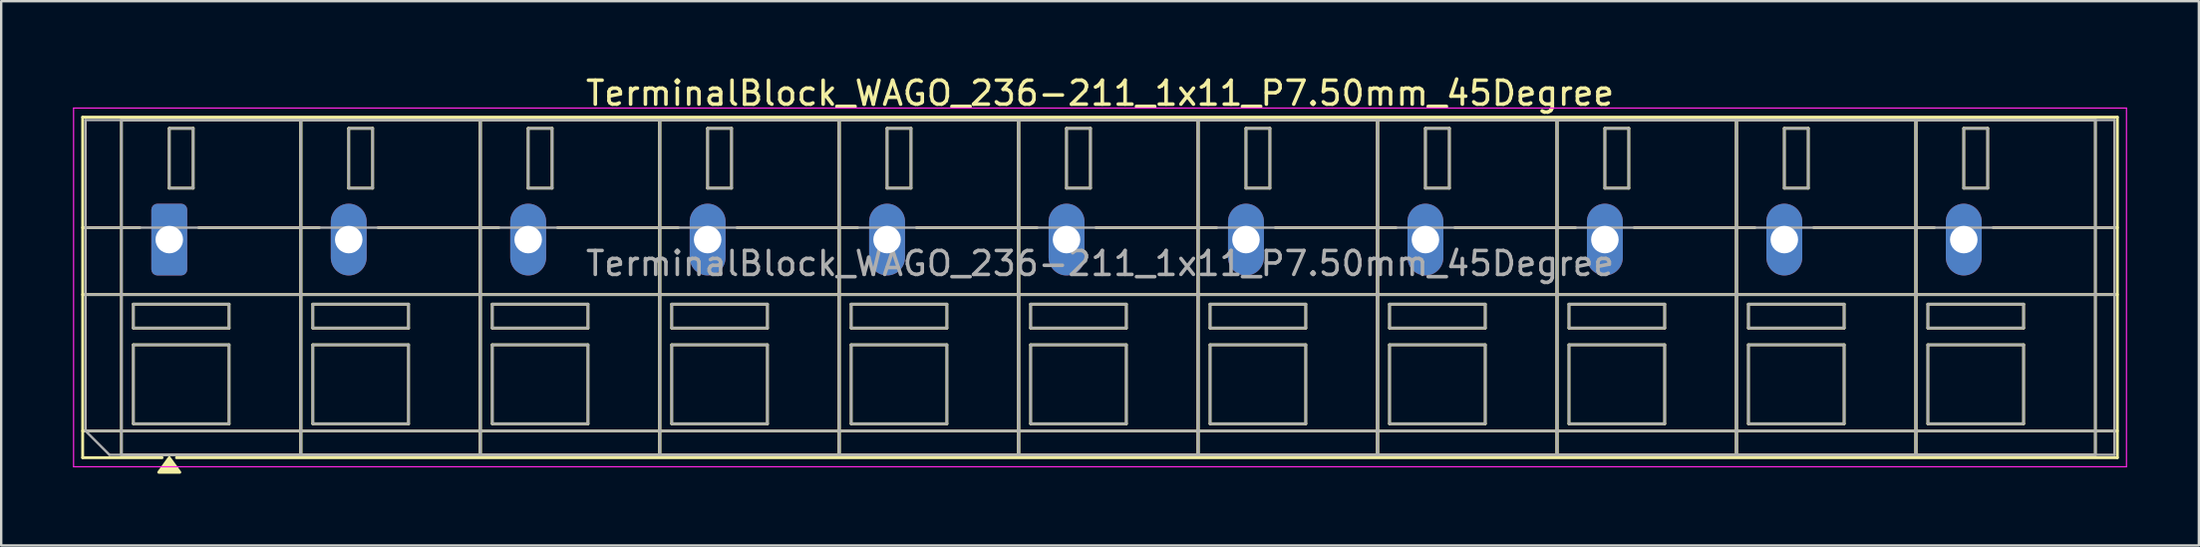
<source format=kicad_pcb>
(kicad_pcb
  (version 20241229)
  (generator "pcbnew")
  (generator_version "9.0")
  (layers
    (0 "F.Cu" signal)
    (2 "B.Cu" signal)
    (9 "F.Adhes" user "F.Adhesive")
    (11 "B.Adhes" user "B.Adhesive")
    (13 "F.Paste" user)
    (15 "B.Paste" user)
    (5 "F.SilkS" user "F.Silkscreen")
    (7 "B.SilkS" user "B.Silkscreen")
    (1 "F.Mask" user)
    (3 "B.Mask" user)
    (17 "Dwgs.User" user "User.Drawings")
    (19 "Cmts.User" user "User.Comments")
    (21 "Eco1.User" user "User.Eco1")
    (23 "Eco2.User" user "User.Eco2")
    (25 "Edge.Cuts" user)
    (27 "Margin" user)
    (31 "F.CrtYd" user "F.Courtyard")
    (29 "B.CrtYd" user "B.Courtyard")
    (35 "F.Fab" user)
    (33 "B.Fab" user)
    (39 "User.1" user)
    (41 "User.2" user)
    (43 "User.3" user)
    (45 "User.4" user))
  (footprint "TerminalBlock_WAGO_236-211_1x11_P7.50mm_45Degree"
    (layer "F.Cu")
    (at 4.025 6.968)
    (property "Reference" "TerminalBlock_WAGO_236-211_1x11_P7.50mm_45Degree" (at 38.9 -6.12 0) (layer "F.SilkS") (effects (font (size 1 1) (thickness 0.15))))
    (attr through_hole)
    (fp_line (start -3.62 -5.12) (end 81.42 -5.12) (stroke (width 0.12) (type solid)) (layer "F.SilkS"))
    (fp_line (start -3.62 -0.5) (end -1.23 -0.5) (stroke (width 0.12) (type solid)) (layer "F.SilkS"))
    (fp_line (start -3.62 2.3) (end 81.42 2.3) (stroke (width 0.12) (type solid)) (layer "F.SilkS"))
    (fp_line (start -3.62 8) (end 81.42 8) (stroke (width 0.12) (type solid)) (layer "F.SilkS"))
    (fp_line (start -3.62 9.12) (end -3.62 -5.12) (stroke (width 0.12) (type solid)) (layer "F.SilkS"))
    (fp_line (start -2 -5) (end 5.5 -5) (stroke (width 0.12) (type solid)) (layer "F.SilkS"))
    (fp_line (start -2 9) (end -2 -5) (stroke (width 0.12) (type solid)) (layer "F.SilkS"))
    (fp_line (start -1.5 2.7) (end 2.5 2.7) (stroke (width 0.12) (type solid)) (layer "F.SilkS"))
    (fp_line (start -1.5 3.7) (end -1.5 2.7) (stroke (width 0.12) (type solid)) (layer "F.SilkS"))
    (fp_line (start -1.5 4.4) (end 2.5 4.4) (stroke (width 0.12) (type solid)) (layer "F.SilkS"))
    (fp_line (start -1.5 7.7) (end -1.5 4.4) (stroke (width 0.12) (type solid)) (layer "F.SilkS"))
    (fp_line (start -0.3 9.12) (end -3.62 9.12) (stroke (width 0.12) (type solid)) (layer "F.SilkS"))
    (fp_line (start 0 -4.65) (end 1 -4.65) (stroke (width 0.12) (type solid)) (layer "F.SilkS"))
    (fp_line (start 0 -2.15) (end 0 -4.65) (stroke (width 0.12) (type solid)) (layer "F.SilkS"))
    (fp_line (start 1 -4.65) (end 1 -2.15) (stroke (width 0.12) (type solid)) (layer "F.SilkS"))
    (fp_line (start 1 -2.15) (end 0 -2.15) (stroke (width 0.12) (type solid)) (layer "F.SilkS"))
    (fp_line (start 1.23 -0.5) (end 6.27 -0.5) (stroke (width 0.12) (type solid)) (layer "F.SilkS"))
    (fp_line (start 2.5 2.7) (end 2.5 3.7) (stroke (width 0.12) (type solid)) (layer "F.SilkS"))
    (fp_line (start 2.5 3.7) (end -1.5 3.7) (stroke (width 0.12) (type solid)) (layer "F.SilkS"))
    (fp_line (start 2.5 4.4) (end 2.5 7.7) (stroke (width 0.12) (type solid)) (layer "F.SilkS"))
    (fp_line (start 2.5 7.7) (end -1.5 7.7) (stroke (width 0.12) (type solid)) (layer "F.SilkS"))
    (fp_line (start 5.5 -5) (end 5.5 9) (stroke (width 0.12) (type solid)) (layer "F.SilkS"))
    (fp_line (start 5.5 -5) (end 13 -5) (stroke (width 0.12) (type solid)) (layer "F.SilkS"))
    (fp_line (start 5.5 9) (end -2 9) (stroke (width 0.12) (type solid)) (layer "F.SilkS"))
    (fp_line (start 5.5 9) (end 5.5 -5) (stroke (width 0.12) (type solid)) (layer "F.SilkS"))
    (fp_line (start 6 2.7) (end 10 2.7) (stroke (width 0.12) (type solid)) (layer "F.SilkS"))
    (fp_line (start 6 3.7) (end 6 2.7) (stroke (width 0.12) (type solid)) (layer "F.SilkS"))
    (fp_line (start 6 4.4) (end 10 4.4) (stroke (width 0.12) (type solid)) (layer "F.SilkS"))
    (fp_line (start 6 7.7) (end 6 4.4) (stroke (width 0.12) (type solid)) (layer "F.SilkS"))
    (fp_line (start 7.5 -4.65) (end 8.5 -4.65) (stroke (width 0.12) (type solid)) (layer "F.SilkS"))
    (fp_line (start 7.5 -2.15) (end 7.5 -4.65) (stroke (width 0.12) (type solid)) (layer "F.SilkS"))
    (fp_line (start 8.5 -4.65) (end 8.5 -2.15) (stroke (width 0.12) (type solid)) (layer "F.SilkS"))
    (fp_line (start 8.5 -2.15) (end 7.5 -2.15) (stroke (width 0.12) (type solid)) (layer "F.SilkS"))
    (fp_line (start 8.73 -0.5) (end 13.77 -0.5) (stroke (width 0.12) (type solid)) (layer "F.SilkS"))
    (fp_line (start 10 2.7) (end 10 3.7) (stroke (width 0.12) (type solid)) (layer "F.SilkS"))
    (fp_line (start 10 3.7) (end 6 3.7) (stroke (width 0.12) (type solid)) (layer "F.SilkS"))
    (fp_line (start 10 4.4) (end 10 7.7) (stroke (width 0.12) (type solid)) (layer "F.SilkS"))
    (fp_line (start 10 7.7) (end 6 7.7) (stroke (width 0.12) (type solid)) (layer "F.SilkS"))
    (fp_line (start 13 -5) (end 13 9) (stroke (width 0.12) (type solid)) (layer "F.SilkS"))
    (fp_line (start 13 -5) (end 20.5 -5) (stroke (width 0.12) (type solid)) (layer "F.SilkS"))
    (fp_line (start 13 9) (end 5.5 9) (stroke (width 0.12) (type solid)) (layer "F.SilkS"))
    (fp_line (start 13 9) (end 13 -5) (stroke (width 0.12) (type solid)) (layer "F.SilkS"))
    (fp_line (start 13.5 2.7) (end 17.5 2.7) (stroke (width 0.12) (type solid)) (layer "F.SilkS"))
    (fp_line (start 13.5 3.7) (end 13.5 2.7) (stroke (width 0.12) (type solid)) (layer "F.SilkS"))
    (fp_line (start 13.5 4.4) (end 17.5 4.4) (stroke (width 0.12) (type solid)) (layer "F.SilkS"))
    (fp_line (start 13.5 7.7) (end 13.5 4.4) (stroke (width 0.12) (type solid)) (layer "F.SilkS"))
    (fp_line (start 15 -4.65) (end 16 -4.65) (stroke (width 0.12) (type solid)) (layer "F.SilkS"))
    (fp_line (start 15 -2.15) (end 15 -4.65) (stroke (width 0.12) (type solid)) (layer "F.SilkS"))
    (fp_line (start 16 -4.65) (end 16 -2.15) (stroke (width 0.12) (type solid)) (layer "F.SilkS"))
    (fp_line (start 16 -2.15) (end 15 -2.15) (stroke (width 0.12) (type solid)) (layer "F.SilkS"))
    (fp_line (start 16.23 -0.5) (end 21.27 -0.5) (stroke (width 0.12) (type solid)) (layer "F.SilkS"))
    (fp_line (start 17.5 2.7) (end 17.5 3.7) (stroke (width 0.12) (type solid)) (layer "F.SilkS"))
    (fp_line (start 17.5 3.7) (end 13.5 3.7) (stroke (width 0.12) (type solid)) (layer "F.SilkS"))
    (fp_line (start 17.5 4.4) (end 17.5 7.7) (stroke (width 0.12) (type solid)) (layer "F.SilkS"))
    (fp_line (start 17.5 7.7) (end 13.5 7.7) (stroke (width 0.12) (type solid)) (layer "F.SilkS"))
    (fp_line (start 20.5 -5) (end 20.5 9) (stroke (width 0.12) (type solid)) (layer "F.SilkS"))
    (fp_line (start 20.5 -5) (end 28 -5) (stroke (width 0.12) (type solid)) (layer "F.SilkS"))
    (fp_line (start 20.5 9) (end 13 9) (stroke (width 0.12) (type solid)) (layer "F.SilkS"))
    (fp_line (start 20.5 9) (end 20.5 -5) (stroke (width 0.12) (type solid)) (layer "F.SilkS"))
    (fp_line (start 21 2.7) (end 25 2.7) (stroke (width 0.12) (type solid)) (layer "F.SilkS"))
    (fp_line (start 21 3.7) (end 21 2.7) (stroke (width 0.12) (type solid)) (layer "F.SilkS"))
    (fp_line (start 21 4.4) (end 25 4.4) (stroke (width 0.12) (type solid)) (layer "F.SilkS"))
    (fp_line (start 21 7.7) (end 21 4.4) (stroke (width 0.12) (type solid)) (layer "F.SilkS"))
    (fp_line (start 22.5 -4.65) (end 23.5 -4.65) (stroke (width 0.12) (type solid)) (layer "F.SilkS"))
    (fp_line (start 22.5 -2.15) (end 22.5 -4.65) (stroke (width 0.12) (type solid)) (layer "F.SilkS"))
    (fp_line (start 23.5 -4.65) (end 23.5 -2.15) (stroke (width 0.12) (type solid)) (layer "F.SilkS"))
    (fp_line (start 23.5 -2.15) (end 22.5 -2.15) (stroke (width 0.12) (type solid)) (layer "F.SilkS"))
    (fp_line (start 23.73 -0.5) (end 28.77 -0.5) (stroke (width 0.12) (type solid)) (layer "F.SilkS"))
    (fp_line (start 25 2.7) (end 25 3.7) (stroke (width 0.12) (type solid)) (layer "F.SilkS"))
    (fp_line (start 25 3.7) (end 21 3.7) (stroke (width 0.12) (type solid)) (layer "F.SilkS"))
    (fp_line (start 25 4.4) (end 25 7.7) (stroke (width 0.12) (type solid)) (layer "F.SilkS"))
    (fp_line (start 25 7.7) (end 21 7.7) (stroke (width 0.12) (type solid)) (layer "F.SilkS"))
    (fp_line (start 28 -5) (end 28 9) (stroke (width 0.12) (type solid)) (layer "F.SilkS"))
    (fp_line (start 28 -5) (end 35.5 -5) (stroke (width 0.12) (type solid)) (layer "F.SilkS"))
    (fp_line (start 28 9) (end 20.5 9) (stroke (width 0.12) (type solid)) (layer "F.SilkS"))
    (fp_line (start 28 9) (end 28 -5) (stroke (width 0.12) (type solid)) (layer "F.SilkS"))
    (fp_line (start 28.5 2.7) (end 32.5 2.7) (stroke (width 0.12) (type solid)) (layer "F.SilkS"))
    (fp_line (start 28.5 3.7) (end 28.5 2.7) (stroke (width 0.12) (type solid)) (layer "F.SilkS"))
    (fp_line (start 28.5 4.4) (end 32.5 4.4) (stroke (width 0.12) (type solid)) (layer "F.SilkS"))
    (fp_line (start 28.5 7.7) (end 28.5 4.4) (stroke (width 0.12) (type solid)) (layer "F.SilkS"))
    (fp_line (start 30 -4.65) (end 31 -4.65) (stroke (width 0.12) (type solid)) (layer "F.SilkS"))
    (fp_line (start 30 -2.15) (end 30 -4.65) (stroke (width 0.12) (type solid)) (layer "F.SilkS"))
    (fp_line (start 31 -4.65) (end 31 -2.15) (stroke (width 0.12) (type solid)) (layer "F.SilkS"))
    (fp_line (start 31 -2.15) (end 30 -2.15) (stroke (width 0.12) (type solid)) (layer "F.SilkS"))
    (fp_line (start 31.23 -0.5) (end 36.27 -0.5) (stroke (width 0.12) (type solid)) (layer "F.SilkS"))
    (fp_line (start 32.5 2.7) (end 32.5 3.7) (stroke (width 0.12) (type solid)) (layer "F.SilkS"))
    (fp_line (start 32.5 3.7) (end 28.5 3.7) (stroke (width 0.12) (type solid)) (layer "F.SilkS"))
    (fp_line (start 32.5 4.4) (end 32.5 7.7) (stroke (width 0.12) (type solid)) (layer "F.SilkS"))
    (fp_line (start 32.5 7.7) (end 28.5 7.7) (stroke (width 0.12) (type solid)) (layer "F.SilkS"))
    (fp_line (start 35.5 -5) (end 35.5 9) (stroke (width 0.12) (type solid)) (layer "F.SilkS"))
    (fp_line (start 35.5 -5) (end 43 -5) (stroke (width 0.12) (type solid)) (layer "F.SilkS"))
    (fp_line (start 35.5 9) (end 28 9) (stroke (width 0.12) (type solid)) (layer "F.SilkS"))
    (fp_line (start 35.5 9) (end 35.5 -5) (stroke (width 0.12) (type solid)) (layer "F.SilkS"))
    (fp_line (start 36 2.7) (end 40 2.7) (stroke (width 0.12) (type solid)) (layer "F.SilkS"))
    (fp_line (start 36 3.7) (end 36 2.7) (stroke (width 0.12) (type solid)) (layer "F.SilkS"))
    (fp_line (start 36 4.4) (end 40 4.4) (stroke (width 0.12) (type solid)) (layer "F.SilkS"))
    (fp_line (start 36 7.7) (end 36 4.4) (stroke (width 0.12) (type solid)) (layer "F.SilkS"))
    (fp_line (start 37.5 -4.65) (end 38.5 -4.65) (stroke (width 0.12) (type solid)) (layer "F.SilkS"))
    (fp_line (start 37.5 -2.15) (end 37.5 -4.65) (stroke (width 0.12) (type solid)) (layer "F.SilkS"))
    (fp_line (start 38.5 -4.65) (end 38.5 -2.15) (stroke (width 0.12) (type solid)) (layer "F.SilkS"))
    (fp_line (start 38.5 -2.15) (end 37.5 -2.15) (stroke (width 0.12) (type solid)) (layer "F.SilkS"))
    (fp_line (start 38.73 -0.5) (end 43.77 -0.5) (stroke (width 0.12) (type solid)) (layer "F.SilkS"))
    (fp_line (start 40 2.7) (end 40 3.7) (stroke (width 0.12) (type solid)) (layer "F.SilkS"))
    (fp_line (start 40 3.7) (end 36 3.7) (stroke (width 0.12) (type solid)) (layer "F.SilkS"))
    (fp_line (start 40 4.4) (end 40 7.7) (stroke (width 0.12) (type solid)) (layer "F.SilkS"))
    (fp_line (start 40 7.7) (end 36 7.7) (stroke (width 0.12) (type solid)) (layer "F.SilkS"))
    (fp_line (start 43 -5) (end 43 9) (stroke (width 0.12) (type solid)) (layer "F.SilkS"))
    (fp_line (start 43 -5) (end 50.5 -5) (stroke (width 0.12) (type solid)) (layer "F.SilkS"))
    (fp_line (start 43 9) (end 35.5 9) (stroke (width 0.12) (type solid)) (layer "F.SilkS"))
    (fp_line (start 43 9) (end 43 -5) (stroke (width 0.12) (type solid)) (layer "F.SilkS"))
    (fp_line (start 43.5 2.7) (end 47.5 2.7) (stroke (width 0.12) (type solid)) (layer "F.SilkS"))
    (fp_line (start 43.5 3.7) (end 43.5 2.7) (stroke (width 0.12) (type solid)) (layer "F.SilkS"))
    (fp_line (start 43.5 4.4) (end 47.5 4.4) (stroke (width 0.12) (type solid)) (layer "F.SilkS"))
    (fp_line (start 43.5 7.7) (end 43.5 4.4) (stroke (width 0.12) (type solid)) (layer "F.SilkS"))
    (fp_line (start 45 -4.65) (end 46 -4.65) (stroke (width 0.12) (type solid)) (layer "F.SilkS"))
    (fp_line (start 45 -2.15) (end 45 -4.65) (stroke (width 0.12) (type solid)) (layer "F.SilkS"))
    (fp_line (start 46 -4.65) (end 46 -2.15) (stroke (width 0.12) (type solid)) (layer "F.SilkS"))
    (fp_line (start 46 -2.15) (end 45 -2.15) (stroke (width 0.12) (type solid)) (layer "F.SilkS"))
    (fp_line (start 46.23 -0.5) (end 51.27 -0.5) (stroke (width 0.12) (type solid)) (layer "F.SilkS"))
    (fp_line (start 47.5 2.7) (end 47.5 3.7) (stroke (width 0.12) (type solid)) (layer "F.SilkS"))
    (fp_line (start 47.5 3.7) (end 43.5 3.7) (stroke (width 0.12) (type solid)) (layer "F.SilkS"))
    (fp_line (start 47.5 4.4) (end 47.5 7.7) (stroke (width 0.12) (type solid)) (layer "F.SilkS"))
    (fp_line (start 47.5 7.7) (end 43.5 7.7) (stroke (width 0.12) (type solid)) (layer "F.SilkS"))
    (fp_line (start 50.5 -5) (end 50.5 9) (stroke (width 0.12) (type solid)) (layer "F.SilkS"))
    (fp_line (start 50.5 -5) (end 58 -5) (stroke (width 0.12) (type solid)) (layer "F.SilkS"))
    (fp_line (start 50.5 9) (end 43 9) (stroke (width 0.12) (type solid)) (layer "F.SilkS"))
    (fp_line (start 50.5 9) (end 50.5 -5) (stroke (width 0.12) (type solid)) (layer "F.SilkS"))
    (fp_line (start 51 2.7) (end 55 2.7) (stroke (width 0.12) (type solid)) (layer "F.SilkS"))
    (fp_line (start 51 3.7) (end 51 2.7) (stroke (width 0.12) (type solid)) (layer "F.SilkS"))
    (fp_line (start 51 4.4) (end 55 4.4) (stroke (width 0.12) (type solid)) (layer "F.SilkS"))
    (fp_line (start 51 7.7) (end 51 4.4) (stroke (width 0.12) (type solid)) (layer "F.SilkS"))
    (fp_line (start 52.5 -4.65) (end 53.5 -4.65) (stroke (width 0.12) (type solid)) (layer "F.SilkS"))
    (fp_line (start 52.5 -2.15) (end 52.5 -4.65) (stroke (width 0.12) (type solid)) (layer "F.SilkS"))
    (fp_line (start 53.5 -4.65) (end 53.5 -2.15) (stroke (width 0.12) (type solid)) (layer "F.SilkS"))
    (fp_line (start 53.5 -2.15) (end 52.5 -2.15) (stroke (width 0.12) (type solid)) (layer "F.SilkS"))
    (fp_line (start 53.73 -0.5) (end 58.77 -0.5) (stroke (width 0.12) (type solid)) (layer "F.SilkS"))
    (fp_line (start 55 2.7) (end 55 3.7) (stroke (width 0.12) (type solid)) (layer "F.SilkS"))
    (fp_line (start 55 3.7) (end 51 3.7) (stroke (width 0.12) (type solid)) (layer "F.SilkS"))
    (fp_line (start 55 4.4) (end 55 7.7) (stroke (width 0.12) (type solid)) (layer "F.SilkS"))
    (fp_line (start 55 7.7) (end 51 7.7) (stroke (width 0.12) (type solid)) (layer "F.SilkS"))
    (fp_line (start 58 -5) (end 58 9) (stroke (width 0.12) (type solid)) (layer "F.SilkS"))
    (fp_line (start 58 -5) (end 65.5 -5) (stroke (width 0.12) (type solid)) (layer "F.SilkS"))
    (fp_line (start 58 9) (end 50.5 9) (stroke (width 0.12) (type solid)) (layer "F.SilkS"))
    (fp_line (start 58 9) (end 58 -5) (stroke (width 0.12) (type solid)) (layer "F.SilkS"))
    (fp_line (start 58.5 2.7) (end 62.5 2.7) (stroke (width 0.12) (type solid)) (layer "F.SilkS"))
    (fp_line (start 58.5 3.7) (end 58.5 2.7) (stroke (width 0.12) (type solid)) (layer "F.SilkS"))
    (fp_line (start 58.5 4.4) (end 62.5 4.4) (stroke (width 0.12) (type solid)) (layer "F.SilkS"))
    (fp_line (start 58.5 7.7) (end 58.5 4.4) (stroke (width 0.12) (type solid)) (layer "F.SilkS"))
    (fp_line (start 60 -4.65) (end 61 -4.65) (stroke (width 0.12) (type solid)) (layer "F.SilkS"))
    (fp_line (start 60 -2.15) (end 60 -4.65) (stroke (width 0.12) (type solid)) (layer "F.SilkS"))
    (fp_line (start 61 -4.65) (end 61 -2.15) (stroke (width 0.12) (type solid)) (layer "F.SilkS"))
    (fp_line (start 61 -2.15) (end 60 -2.15) (stroke (width 0.12) (type solid)) (layer "F.SilkS"))
    (fp_line (start 61.23 -0.5) (end 66.27 -0.5) (stroke (width 0.12) (type solid)) (layer "F.SilkS"))
    (fp_line (start 62.5 2.7) (end 62.5 3.7) (stroke (width 0.12) (type solid)) (layer "F.SilkS"))
    (fp_line (start 62.5 3.7) (end 58.5 3.7) (stroke (width 0.12) (type solid)) (layer "F.SilkS"))
    (fp_line (start 62.5 4.4) (end 62.5 7.7) (stroke (width 0.12) (type solid)) (layer "F.SilkS"))
    (fp_line (start 62.5 7.7) (end 58.5 7.7) (stroke (width 0.12) (type solid)) (layer "F.SilkS"))
    (fp_line (start 65.5 -5) (end 65.5 9) (stroke (width 0.12) (type solid)) (layer "F.SilkS"))
    (fp_line (start 65.5 -5) (end 73 -5) (stroke (width 0.12) (type solid)) (layer "F.SilkS"))
    (fp_line (start 65.5 9) (end 58 9) (stroke (width 0.12) (type solid)) (layer "F.SilkS"))
    (fp_line (start 65.5 9) (end 65.5 -5) (stroke (width 0.12) (type solid)) (layer "F.SilkS"))
    (fp_line (start 66 2.7) (end 70 2.7) (stroke (width 0.12) (type solid)) (layer "F.SilkS"))
    (fp_line (start 66 3.7) (end 66 2.7) (stroke (width 0.12) (type solid)) (layer "F.SilkS"))
    (fp_line (start 66 4.4) (end 70 4.4) (stroke (width 0.12) (type solid)) (layer "F.SilkS"))
    (fp_line (start 66 7.7) (end 66 4.4) (stroke (width 0.12) (type solid)) (layer "F.SilkS"))
    (fp_line (start 67.5 -4.65) (end 68.5 -4.65) (stroke (width 0.12) (type solid)) (layer "F.SilkS"))
    (fp_line (start 67.5 -2.15) (end 67.5 -4.65) (stroke (width 0.12) (type solid)) (layer "F.SilkS"))
    (fp_line (start 68.5 -4.65) (end 68.5 -2.15) (stroke (width 0.12) (type solid)) (layer "F.SilkS"))
    (fp_line (start 68.5 -2.15) (end 67.5 -2.15) (stroke (width 0.12) (type solid)) (layer "F.SilkS"))
    (fp_line (start 68.73 -0.5) (end 73.77 -0.5) (stroke (width 0.12) (type solid)) (layer "F.SilkS"))
    (fp_line (start 70 2.7) (end 70 3.7) (stroke (width 0.12) (type solid)) (layer "F.SilkS"))
    (fp_line (start 70 3.7) (end 66 3.7) (stroke (width 0.12) (type solid)) (layer "F.SilkS"))
    (fp_line (start 70 4.4) (end 70 7.7) (stroke (width 0.12) (type solid)) (layer "F.SilkS"))
    (fp_line (start 70 7.7) (end 66 7.7) (stroke (width 0.12) (type solid)) (layer "F.SilkS"))
    (fp_line (start 73 -5) (end 73 9) (stroke (width 0.12) (type solid)) (layer "F.SilkS"))
    (fp_line (start 73 -5) (end 80.5 -5) (stroke (width 0.12) (type solid)) (layer "F.SilkS"))
    (fp_line (start 73 9) (end 65.5 9) (stroke (width 0.12) (type solid)) (layer "F.SilkS"))
    (fp_line (start 73 9) (end 73 -5) (stroke (width 0.12) (type solid)) (layer "F.SilkS"))
    (fp_line (start 73.5 2.7) (end 77.5 2.7) (stroke (width 0.12) (type solid)) (layer "F.SilkS"))
    (fp_line (start 73.5 3.7) (end 73.5 2.7) (stroke (width 0.12) (type solid)) (layer "F.SilkS"))
    (fp_line (start 73.5 4.4) (end 77.5 4.4) (stroke (width 0.12) (type solid)) (layer "F.SilkS"))
    (fp_line (start 73.5 7.7) (end 73.5 4.4) (stroke (width 0.12) (type solid)) (layer "F.SilkS"))
    (fp_line (start 75 -4.65) (end 76 -4.65) (stroke (width 0.12) (type solid)) (layer "F.SilkS"))
    (fp_line (start 75 -2.15) (end 75 -4.65) (stroke (width 0.12) (type solid)) (layer "F.SilkS"))
    (fp_line (start 76 -4.65) (end 76 -2.15) (stroke (width 0.12) (type solid)) (layer "F.SilkS"))
    (fp_line (start 76 -2.15) (end 75 -2.15) (stroke (width 0.12) (type solid)) (layer "F.SilkS"))
    (fp_line (start 76.23 -0.5) (end 81.42 -0.5) (stroke (width 0.12) (type solid)) (layer "F.SilkS"))
    (fp_line (start 77.5 2.7) (end 77.5 3.7) (stroke (width 0.12) (type solid)) (layer "F.SilkS"))
    (fp_line (start 77.5 3.7) (end 73.5 3.7) (stroke (width 0.12) (type solid)) (layer "F.SilkS"))
    (fp_line (start 77.5 4.4) (end 77.5 7.7) (stroke (width 0.12) (type solid)) (layer "F.SilkS"))
    (fp_line (start 77.5 7.7) (end 73.5 7.7) (stroke (width 0.12) (type solid)) (layer "F.SilkS"))
    (fp_line (start 80.5 -5) (end 80.5 9) (stroke (width 0.12) (type solid)) (layer "F.SilkS"))
    (fp_line (start 80.5 9) (end 73 9) (stroke (width 0.12) (type solid)) (layer "F.SilkS"))
    (fp_line (start 81.42 -5.12) (end 81.42 9.12) (stroke (width 0.12) (type solid)) (layer "F.SilkS"))
    (fp_line (start 81.42 9.12) (end 0.3 9.12) (stroke (width 0.12) (type solid)) (layer "F.SilkS"))
    (fp_poly (pts (xy 0 9.12) (xy 0.44 9.73) (xy -0.44 9.73)) (stroke (width 0.12) (type solid)) (fill yes) (layer "F.SilkS"))
    (fp_line (start -4 -5.5) (end -4 9.5) (stroke (width 0.05) (type solid)) (layer "F.CrtYd"))
    (fp_line (start -4 9.5) (end 81.8 9.5) (stroke (width 0.05) (type solid)) (layer "F.CrtYd"))
    (fp_line (start 81.8 -5.5) (end -4 -5.5) (stroke (width 0.05) (type solid)) (layer "F.CrtYd"))
    (fp_line (start 81.8 9.5) (end 81.8 -5.5) (stroke (width 0.05) (type solid)) (layer "F.CrtYd"))
    (fp_line (start -3.5 -5) (end 81.3 -5) (stroke (width 0.1) (type solid)) (layer "F.Fab"))
    (fp_line (start -3.5 -0.5) (end 81.3 -0.5) (stroke (width 0.1) (type solid)) (layer "F.Fab"))
    (fp_line (start -3.5 2.3) (end 81.3 2.3) (stroke (width 0.1) (type solid)) (layer "F.Fab"))
    (fp_line (start -3.5 8) (end -3.5 -5) (stroke (width 0.1) (type solid)) (layer "F.Fab"))
    (fp_line (start -3.5 8) (end 81.3 8) (stroke (width 0.1) (type solid)) (layer "F.Fab"))
    (fp_line (start -2.5 9) (end -3.5 8) (stroke (width 0.1) (type solid)) (layer "F.Fab"))
    (fp_line (start -2 -5) (end -2 9) (stroke (width 0.1) (type solid)) (layer "F.Fab"))
    (fp_line (start -2 9) (end 5.5 9) (stroke (width 0.1) (type solid)) (layer "F.Fab"))
    (fp_line (start -1.5 2.7) (end -1.5 3.7) (stroke (width 0.1) (type solid)) (layer "F.Fab"))
    (fp_line (start -1.5 3.7) (end 2.5 3.7) (stroke (width 0.1) (type solid)) (layer "F.Fab"))
    (fp_line (start -1.5 4.4) (end -1.5 7.7) (stroke (width 0.1) (type solid)) (layer "F.Fab"))
    (fp_line (start -1.5 7.7) (end 2.5 7.7) (stroke (width 0.1) (type solid)) (layer "F.Fab"))
    (fp_line (start 0 -4.65) (end 0 -2.15) (stroke (width 0.1) (type solid)) (layer "F.Fab"))
    (fp_line (start 0 -2.15) (end 1 -2.15) (stroke (width 0.1) (type solid)) (layer "F.Fab"))
    (fp_line (start 1 -4.65) (end 0 -4.65) (stroke (width 0.1) (type solid)) (layer "F.Fab"))
    (fp_line (start 1 -2.15) (end 1 -4.65) (stroke (width 0.1) (type solid)) (layer "F.Fab"))
    (fp_line (start 2.5 2.7) (end -1.5 2.7) (stroke (width 0.1) (type solid)) (layer "F.Fab"))
    (fp_line (start 2.5 3.7) (end 2.5 2.7) (stroke (width 0.1) (type solid)) (layer "F.Fab"))
    (fp_line (start 2.5 4.4) (end -1.5 4.4) (stroke (width 0.1) (type solid)) (layer "F.Fab"))
    (fp_line (start 2.5 7.7) (end 2.5 4.4) (stroke (width 0.1) (type solid)) (layer "F.Fab"))
    (fp_line (start 5.5 -5) (end -2 -5) (stroke (width 0.1) (type solid)) (layer "F.Fab"))
    (fp_line (start 5.5 -5) (end 5.5 9) (stroke (width 0.1) (type solid)) (layer "F.Fab"))
    (fp_line (start 5.5 9) (end 5.5 -5) (stroke (width 0.1) (type solid)) (layer "F.Fab"))
    (fp_line (start 5.5 9) (end 13 9) (stroke (width 0.1) (type solid)) (layer "F.Fab"))
    (fp_line (start 6 2.7) (end 6 3.7) (stroke (width 0.1) (type solid)) (layer "F.Fab"))
    (fp_line (start 6 3.7) (end 10 3.7) (stroke (width 0.1) (type solid)) (layer "F.Fab"))
    (fp_line (start 6 4.4) (end 6 7.7) (stroke (width 0.1) (type solid)) (layer "F.Fab"))
    (fp_line (start 6 7.7) (end 10 7.7) (stroke (width 0.1) (type solid)) (layer "F.Fab"))
    (fp_line (start 7.5 -4.65) (end 7.5 -2.15) (stroke (width 0.1) (type solid)) (layer "F.Fab"))
    (fp_line (start 7.5 -2.15) (end 8.5 -2.15) (stroke (width 0.1) (type solid)) (layer "F.Fab"))
    (fp_line (start 8.5 -4.65) (end 7.5 -4.65) (stroke (width 0.1) (type solid)) (layer "F.Fab"))
    (fp_line (start 8.5 -2.15) (end 8.5 -4.65) (stroke (width 0.1) (type solid)) (layer "F.Fab"))
    (fp_line (start 10 2.7) (end 6 2.7) (stroke (width 0.1) (type solid)) (layer "F.Fab"))
    (fp_line (start 10 3.7) (end 10 2.7) (stroke (width 0.1) (type solid)) (layer "F.Fab"))
    (fp_line (start 10 4.4) (end 6 4.4) (stroke (width 0.1) (type solid)) (layer "F.Fab"))
    (fp_line (start 10 7.7) (end 10 4.4) (stroke (width 0.1) (type solid)) (layer "F.Fab"))
    (fp_line (start 13 -5) (end 5.5 -5) (stroke (width 0.1) (type solid)) (layer "F.Fab"))
    (fp_line (start 13 -5) (end 13 9) (stroke (width 0.1) (type solid)) (layer "F.Fab"))
    (fp_line (start 13 9) (end 13 -5) (stroke (width 0.1) (type solid)) (layer "F.Fab"))
    (fp_line (start 13 9) (end 20.5 9) (stroke (width 0.1) (type solid)) (layer "F.Fab"))
    (fp_line (start 13.5 2.7) (end 13.5 3.7) (stroke (width 0.1) (type solid)) (layer "F.Fab"))
    (fp_line (start 13.5 3.7) (end 17.5 3.7) (stroke (width 0.1) (type solid)) (layer "F.Fab"))
    (fp_line (start 13.5 4.4) (end 13.5 7.7) (stroke (width 0.1) (type solid)) (layer "F.Fab"))
    (fp_line (start 13.5 7.7) (end 17.5 7.7) (stroke (width 0.1) (type solid)) (layer "F.Fab"))
    (fp_line (start 15 -4.65) (end 15 -2.15) (stroke (width 0.1) (type solid)) (layer "F.Fab"))
    (fp_line (start 15 -2.15) (end 16 -2.15) (stroke (width 0.1) (type solid)) (layer "F.Fab"))
    (fp_line (start 16 -4.65) (end 15 -4.65) (stroke (width 0.1) (type solid)) (layer "F.Fab"))
    (fp_line (start 16 -2.15) (end 16 -4.65) (stroke (width 0.1) (type solid)) (layer "F.Fab"))
    (fp_line (start 17.5 2.7) (end 13.5 2.7) (stroke (width 0.1) (type solid)) (layer "F.Fab"))
    (fp_line (start 17.5 3.7) (end 17.5 2.7) (stroke (width 0.1) (type solid)) (layer "F.Fab"))
    (fp_line (start 17.5 4.4) (end 13.5 4.4) (stroke (width 0.1) (type solid)) (layer "F.Fab"))
    (fp_line (start 17.5 7.7) (end 17.5 4.4) (stroke (width 0.1) (type solid)) (layer "F.Fab"))
    (fp_line (start 20.5 -5) (end 13 -5) (stroke (width 0.1) (type solid)) (layer "F.Fab"))
    (fp_line (start 20.5 -5) (end 20.5 9) (stroke (width 0.1) (type solid)) (layer "F.Fab"))
    (fp_line (start 20.5 9) (end 20.5 -5) (stroke (width 0.1) (type solid)) (layer "F.Fab"))
    (fp_line (start 20.5 9) (end 28 9) (stroke (width 0.1) (type solid)) (layer "F.Fab"))
    (fp_line (start 21 2.7) (end 21 3.7) (stroke (width 0.1) (type solid)) (layer "F.Fab"))
    (fp_line (start 21 3.7) (end 25 3.7) (stroke (width 0.1) (type solid)) (layer "F.Fab"))
    (fp_line (start 21 4.4) (end 21 7.7) (stroke (width 0.1) (type solid)) (layer "F.Fab"))
    (fp_line (start 21 7.7) (end 25 7.7) (stroke (width 0.1) (type solid)) (layer "F.Fab"))
    (fp_line (start 22.5 -4.65) (end 22.5 -2.15) (stroke (width 0.1) (type solid)) (layer "F.Fab"))
    (fp_line (start 22.5 -2.15) (end 23.5 -2.15) (stroke (width 0.1) (type solid)) (layer "F.Fab"))
    (fp_line (start 23.5 -4.65) (end 22.5 -4.65) (stroke (width 0.1) (type solid)) (layer "F.Fab"))
    (fp_line (start 23.5 -2.15) (end 23.5 -4.65) (stroke (width 0.1) (type solid)) (layer "F.Fab"))
    (fp_line (start 25 2.7) (end 21 2.7) (stroke (width 0.1) (type solid)) (layer "F.Fab"))
    (fp_line (start 25 3.7) (end 25 2.7) (stroke (width 0.1) (type solid)) (layer "F.Fab"))
    (fp_line (start 25 4.4) (end 21 4.4) (stroke (width 0.1) (type solid)) (layer "F.Fab"))
    (fp_line (start 25 7.7) (end 25 4.4) (stroke (width 0.1) (type solid)) (layer "F.Fab"))
    (fp_line (start 28 -5) (end 20.5 -5) (stroke (width 0.1) (type solid)) (layer "F.Fab"))
    (fp_line (start 28 -5) (end 28 9) (stroke (width 0.1) (type solid)) (layer "F.Fab"))
    (fp_line (start 28 9) (end 28 -5) (stroke (width 0.1) (type solid)) (layer "F.Fab"))
    (fp_line (start 28 9) (end 35.5 9) (stroke (width 0.1) (type solid)) (layer "F.Fab"))
    (fp_line (start 28.5 2.7) (end 28.5 3.7) (stroke (width 0.1) (type solid)) (layer "F.Fab"))
    (fp_line (start 28.5 3.7) (end 32.5 3.7) (stroke (width 0.1) (type solid)) (layer "F.Fab"))
    (fp_line (start 28.5 4.4) (end 28.5 7.7) (stroke (width 0.1) (type solid)) (layer "F.Fab"))
    (fp_line (start 28.5 7.7) (end 32.5 7.7) (stroke (width 0.1) (type solid)) (layer "F.Fab"))
    (fp_line (start 30 -4.65) (end 30 -2.15) (stroke (width 0.1) (type solid)) (layer "F.Fab"))
    (fp_line (start 30 -2.15) (end 31 -2.15) (stroke (width 0.1) (type solid)) (layer "F.Fab"))
    (fp_line (start 31 -4.65) (end 30 -4.65) (stroke (width 0.1) (type solid)) (layer "F.Fab"))
    (fp_line (start 31 -2.15) (end 31 -4.65) (stroke (width 0.1) (type solid)) (layer "F.Fab"))
    (fp_line (start 32.5 2.7) (end 28.5 2.7) (stroke (width 0.1) (type solid)) (layer "F.Fab"))
    (fp_line (start 32.5 3.7) (end 32.5 2.7) (stroke (width 0.1) (type solid)) (layer "F.Fab"))
    (fp_line (start 32.5 4.4) (end 28.5 4.4) (stroke (width 0.1) (type solid)) (layer "F.Fab"))
    (fp_line (start 32.5 7.7) (end 32.5 4.4) (stroke (width 0.1) (type solid)) (layer "F.Fab"))
    (fp_line (start 35.5 -5) (end 28 -5) (stroke (width 0.1) (type solid)) (layer "F.Fab"))
    (fp_line (start 35.5 -5) (end 35.5 9) (stroke (width 0.1) (type solid)) (layer "F.Fab"))
    (fp_line (start 35.5 9) (end 35.5 -5) (stroke (width 0.1) (type solid)) (layer "F.Fab"))
    (fp_line (start 35.5 9) (end 43 9) (stroke (width 0.1) (type solid)) (layer "F.Fab"))
    (fp_line (start 36 2.7) (end 36 3.7) (stroke (width 0.1) (type solid)) (layer "F.Fab"))
    (fp_line (start 36 3.7) (end 40 3.7) (stroke (width 0.1) (type solid)) (layer "F.Fab"))
    (fp_line (start 36 4.4) (end 36 7.7) (stroke (width 0.1) (type solid)) (layer "F.Fab"))
    (fp_line (start 36 7.7) (end 40 7.7) (stroke (width 0.1) (type solid)) (layer "F.Fab"))
    (fp_line (start 37.5 -4.65) (end 37.5 -2.15) (stroke (width 0.1) (type solid)) (layer "F.Fab"))
    (fp_line (start 37.5 -2.15) (end 38.5 -2.15) (stroke (width 0.1) (type solid)) (layer "F.Fab"))
    (fp_line (start 38.5 -4.65) (end 37.5 -4.65) (stroke (width 0.1) (type solid)) (layer "F.Fab"))
    (fp_line (start 38.5 -2.15) (end 38.5 -4.65) (stroke (width 0.1) (type solid)) (layer "F.Fab"))
    (fp_line (start 40 2.7) (end 36 2.7) (stroke (width 0.1) (type solid)) (layer "F.Fab"))
    (fp_line (start 40 3.7) (end 40 2.7) (stroke (width 0.1) (type solid)) (layer "F.Fab"))
    (fp_line (start 40 4.4) (end 36 4.4) (stroke (width 0.1) (type solid)) (layer "F.Fab"))
    (fp_line (start 40 7.7) (end 40 4.4) (stroke (width 0.1) (type solid)) (layer "F.Fab"))
    (fp_line (start 43 -5) (end 35.5 -5) (stroke (width 0.1) (type solid)) (layer "F.Fab"))
    (fp_line (start 43 -5) (end 43 9) (stroke (width 0.1) (type solid)) (layer "F.Fab"))
    (fp_line (start 43 9) (end 43 -5) (stroke (width 0.1) (type solid)) (layer "F.Fab"))
    (fp_line (start 43 9) (end 50.5 9) (stroke (width 0.1) (type solid)) (layer "F.Fab"))
    (fp_line (start 43.5 2.7) (end 43.5 3.7) (stroke (width 0.1) (type solid)) (layer "F.Fab"))
    (fp_line (start 43.5 3.7) (end 47.5 3.7) (stroke (width 0.1) (type solid)) (layer "F.Fab"))
    (fp_line (start 43.5 4.4) (end 43.5 7.7) (stroke (width 0.1) (type solid)) (layer "F.Fab"))
    (fp_line (start 43.5 7.7) (end 47.5 7.7) (stroke (width 0.1) (type solid)) (layer "F.Fab"))
    (fp_line (start 45 -4.65) (end 45 -2.15) (stroke (width 0.1) (type solid)) (layer "F.Fab"))
    (fp_line (start 45 -2.15) (end 46 -2.15) (stroke (width 0.1) (type solid)) (layer "F.Fab"))
    (fp_line (start 46 -4.65) (end 45 -4.65) (stroke (width 0.1) (type solid)) (layer "F.Fab"))
    (fp_line (start 46 -2.15) (end 46 -4.65) (stroke (width 0.1) (type solid)) (layer "F.Fab"))
    (fp_line (start 47.5 2.7) (end 43.5 2.7) (stroke (width 0.1) (type solid)) (layer "F.Fab"))
    (fp_line (start 47.5 3.7) (end 47.5 2.7) (stroke (width 0.1) (type solid)) (layer "F.Fab"))
    (fp_line (start 47.5 4.4) (end 43.5 4.4) (stroke (width 0.1) (type solid)) (layer "F.Fab"))
    (fp_line (start 47.5 7.7) (end 47.5 4.4) (stroke (width 0.1) (type solid)) (layer "F.Fab"))
    (fp_line (start 50.5 -5) (end 43 -5) (stroke (width 0.1) (type solid)) (layer "F.Fab"))
    (fp_line (start 50.5 -5) (end 50.5 9) (stroke (width 0.1) (type solid)) (layer "F.Fab"))
    (fp_line (start 50.5 9) (end 50.5 -5) (stroke (width 0.1) (type solid)) (layer "F.Fab"))
    (fp_line (start 50.5 9) (end 58 9) (stroke (width 0.1) (type solid)) (layer "F.Fab"))
    (fp_line (start 51 2.7) (end 51 3.7) (stroke (width 0.1) (type solid)) (layer "F.Fab"))
    (fp_line (start 51 3.7) (end 55 3.7) (stroke (width 0.1) (type solid)) (layer "F.Fab"))
    (fp_line (start 51 4.4) (end 51 7.7) (stroke (width 0.1) (type solid)) (layer "F.Fab"))
    (fp_line (start 51 7.7) (end 55 7.7) (stroke (width 0.1) (type solid)) (layer "F.Fab"))
    (fp_line (start 52.5 -4.65) (end 52.5 -2.15) (stroke (width 0.1) (type solid)) (layer "F.Fab"))
    (fp_line (start 52.5 -2.15) (end 53.5 -2.15) (stroke (width 0.1) (type solid)) (layer "F.Fab"))
    (fp_line (start 53.5 -4.65) (end 52.5 -4.65) (stroke (width 0.1) (type solid)) (layer "F.Fab"))
    (fp_line (start 53.5 -2.15) (end 53.5 -4.65) (stroke (width 0.1) (type solid)) (layer "F.Fab"))
    (fp_line (start 55 2.7) (end 51 2.7) (stroke (width 0.1) (type solid)) (layer "F.Fab"))
    (fp_line (start 55 3.7) (end 55 2.7) (stroke (width 0.1) (type solid)) (layer "F.Fab"))
    (fp_line (start 55 4.4) (end 51 4.4) (stroke (width 0.1) (type solid)) (layer "F.Fab"))
    (fp_line (start 55 7.7) (end 55 4.4) (stroke (width 0.1) (type solid)) (layer "F.Fab"))
    (fp_line (start 58 -5) (end 50.5 -5) (stroke (width 0.1) (type solid)) (layer "F.Fab"))
    (fp_line (start 58 -5) (end 58 9) (stroke (width 0.1) (type solid)) (layer "F.Fab"))
    (fp_line (start 58 9) (end 58 -5) (stroke (width 0.1) (type solid)) (layer "F.Fab"))
    (fp_line (start 58 9) (end 65.5 9) (stroke (width 0.1) (type solid)) (layer "F.Fab"))
    (fp_line (start 58.5 2.7) (end 58.5 3.7) (stroke (width 0.1) (type solid)) (layer "F.Fab"))
    (fp_line (start 58.5 3.7) (end 62.5 3.7) (stroke (width 0.1) (type solid)) (layer "F.Fab"))
    (fp_line (start 58.5 4.4) (end 58.5 7.7) (stroke (width 0.1) (type solid)) (layer "F.Fab"))
    (fp_line (start 58.5 7.7) (end 62.5 7.7) (stroke (width 0.1) (type solid)) (layer "F.Fab"))
    (fp_line (start 60 -4.65) (end 60 -2.15) (stroke (width 0.1) (type solid)) (layer "F.Fab"))
    (fp_line (start 60 -2.15) (end 61 -2.15) (stroke (width 0.1) (type solid)) (layer "F.Fab"))
    (fp_line (start 61 -4.65) (end 60 -4.65) (stroke (width 0.1) (type solid)) (layer "F.Fab"))
    (fp_line (start 61 -2.15) (end 61 -4.65) (stroke (width 0.1) (type solid)) (layer "F.Fab"))
    (fp_line (start 62.5 2.7) (end 58.5 2.7) (stroke (width 0.1) (type solid)) (layer "F.Fab"))
    (fp_line (start 62.5 3.7) (end 62.5 2.7) (stroke (width 0.1) (type solid)) (layer "F.Fab"))
    (fp_line (start 62.5 4.4) (end 58.5 4.4) (stroke (width 0.1) (type solid)) (layer "F.Fab"))
    (fp_line (start 62.5 7.7) (end 62.5 4.4) (stroke (width 0.1) (type solid)) (layer "F.Fab"))
    (fp_line (start 65.5 -5) (end 58 -5) (stroke (width 0.1) (type solid)) (layer "F.Fab"))
    (fp_line (start 65.5 -5) (end 65.5 9) (stroke (width 0.1) (type solid)) (layer "F.Fab"))
    (fp_line (start 65.5 9) (end 65.5 -5) (stroke (width 0.1) (type solid)) (layer "F.Fab"))
    (fp_line (start 65.5 9) (end 73 9) (stroke (width 0.1) (type solid)) (layer "F.Fab"))
    (fp_line (start 66 2.7) (end 66 3.7) (stroke (width 0.1) (type solid)) (layer "F.Fab"))
    (fp_line (start 66 3.7) (end 70 3.7) (stroke (width 0.1) (type solid)) (layer "F.Fab"))
    (fp_line (start 66 4.4) (end 66 7.7) (stroke (width 0.1) (type solid)) (layer "F.Fab"))
    (fp_line (start 66 7.7) (end 70 7.7) (stroke (width 0.1) (type solid)) (layer "F.Fab"))
    (fp_line (start 67.5 -4.65) (end 67.5 -2.15) (stroke (width 0.1) (type solid)) (layer "F.Fab"))
    (fp_line (start 67.5 -2.15) (end 68.5 -2.15) (stroke (width 0.1) (type solid)) (layer "F.Fab"))
    (fp_line (start 68.5 -4.65) (end 67.5 -4.65) (stroke (width 0.1) (type solid)) (layer "F.Fab"))
    (fp_line (start 68.5 -2.15) (end 68.5 -4.65) (stroke (width 0.1) (type solid)) (layer "F.Fab"))
    (fp_line (start 70 2.7) (end 66 2.7) (stroke (width 0.1) (type solid)) (layer "F.Fab"))
    (fp_line (start 70 3.7) (end 70 2.7) (stroke (width 0.1) (type solid)) (layer "F.Fab"))
    (fp_line (start 70 4.4) (end 66 4.4) (stroke (width 0.1) (type solid)) (layer "F.Fab"))
    (fp_line (start 70 7.7) (end 70 4.4) (stroke (width 0.1) (type solid)) (layer "F.Fab"))
    (fp_line (start 73 -5) (end 65.5 -5) (stroke (width 0.1) (type solid)) (layer "F.Fab"))
    (fp_line (start 73 -5) (end 73 9) (stroke (width 0.1) (type solid)) (layer "F.Fab"))
    (fp_line (start 73 9) (end 73 -5) (stroke (width 0.1) (type solid)) (layer "F.Fab"))
    (fp_line (start 73 9) (end 80.5 9) (stroke (width 0.1) (type solid)) (layer "F.Fab"))
    (fp_line (start 73.5 2.7) (end 73.5 3.7) (stroke (width 0.1) (type solid)) (layer "F.Fab"))
    (fp_line (start 73.5 3.7) (end 77.5 3.7) (stroke (width 0.1) (type solid)) (layer "F.Fab"))
    (fp_line (start 73.5 4.4) (end 73.5 7.7) (stroke (width 0.1) (type solid)) (layer "F.Fab"))
    (fp_line (start 73.5 7.7) (end 77.5 7.7) (stroke (width 0.1) (type solid)) (layer "F.Fab"))
    (fp_line (start 75 -4.65) (end 75 -2.15) (stroke (width 0.1) (type solid)) (layer "F.Fab"))
    (fp_line (start 75 -2.15) (end 76 -2.15) (stroke (width 0.1) (type solid)) (layer "F.Fab"))
    (fp_line (start 76 -4.65) (end 75 -4.65) (stroke (width 0.1) (type solid)) (layer "F.Fab"))
    (fp_line (start 76 -2.15) (end 76 -4.65) (stroke (width 0.1) (type solid)) (layer "F.Fab"))
    (fp_line (start 77.5 2.7) (end 73.5 2.7) (stroke (width 0.1) (type solid)) (layer "F.Fab"))
    (fp_line (start 77.5 3.7) (end 77.5 2.7) (stroke (width 0.1) (type solid)) (layer "F.Fab"))
    (fp_line (start 77.5 4.4) (end 73.5 4.4) (stroke (width 0.1) (type solid)) (layer "F.Fab"))
    (fp_line (start 77.5 7.7) (end 77.5 4.4) (stroke (width 0.1) (type solid)) (layer "F.Fab"))
    (fp_line (start 80.5 -5) (end 73 -5) (stroke (width 0.1) (type solid)) (layer "F.Fab"))
    (fp_line (start 80.5 9) (end 80.5 -5) (stroke (width 0.1) (type solid)) (layer "F.Fab"))
    (fp_line (start 81.3 -5) (end 81.3 9) (stroke (width 0.1) (type solid)) (layer "F.Fab"))
    (fp_line (start 81.3 9) (end -2.5 9) (stroke (width 0.1) (type solid)) (layer "F.Fab"))
    (fp_text user "${REFERENCE}" (at 38.9 1 0) (layer "F.Fab") (effects (font (size 1 1) (thickness 0.15))))
    (pad "1" thru_hole roundrect (at 0 0) (size 1.5 3) (drill 1.15) (layers "*.Cu" "*.Mask") (roundrect_rratio 0.167))
    (pad "2" thru_hole oval (at 7.5 0) (size 1.5 3) (drill 1.15) (layers "*.Cu" "*.Mask"))
    (pad "3" thru_hole oval (at 15 0) (size 1.5 3) (drill 1.15) (layers "*.Cu" "*.Mask"))
    (pad "4" thru_hole oval (at 22.5 0) (size 1.5 3) (drill 1.15) (layers "*.Cu" "*.Mask"))
    (pad "5" thru_hole oval (at 30 0) (size 1.5 3) (drill 1.15) (layers "*.Cu" "*.Mask"))
    (pad "6" thru_hole oval (at 37.5 0) (size 1.5 3) (drill 1.15) (layers "*.Cu" "*.Mask"))
    (pad "7" thru_hole oval (at 45 0) (size 1.5 3) (drill 1.15) (layers "*.Cu" "*.Mask"))
    (pad "8" thru_hole oval (at 52.5 0) (size 1.5 3) (drill 1.15) (layers "*.Cu" "*.Mask"))
    (pad "9" thru_hole oval (at 60 0) (size 1.5 3) (drill 1.15) (layers "*.Cu" "*.Mask"))
    (pad "10" thru_hole oval (at 67.5 0) (size 1.5 3) (drill 1.15) (layers "*.Cu" "*.Mask"))
    (pad "11" thru_hole oval (at 75 0) (size 1.5 3) (drill 1.15) (layers "*.Cu" "*.Mask")))
  (gr_rect
    (start -3 -3)
    (end 88.85 19.758)
    (stroke (width 0.1) (type default))
    (fill no)
    (layer "Edge.Cuts")))
</source>
